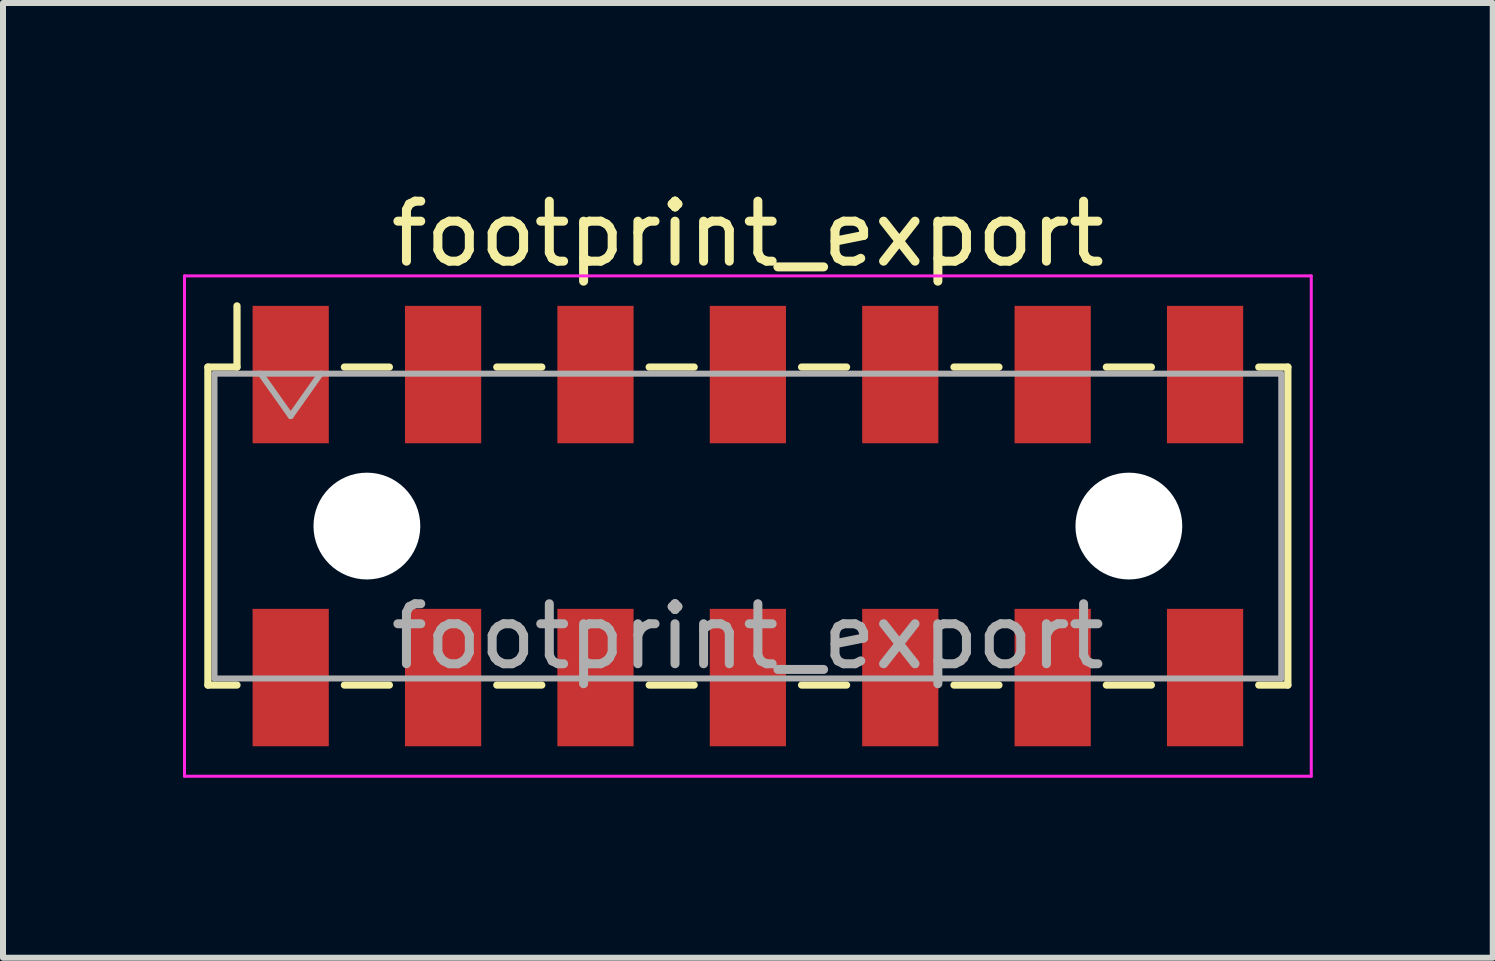
<source format=kicad_pcb>
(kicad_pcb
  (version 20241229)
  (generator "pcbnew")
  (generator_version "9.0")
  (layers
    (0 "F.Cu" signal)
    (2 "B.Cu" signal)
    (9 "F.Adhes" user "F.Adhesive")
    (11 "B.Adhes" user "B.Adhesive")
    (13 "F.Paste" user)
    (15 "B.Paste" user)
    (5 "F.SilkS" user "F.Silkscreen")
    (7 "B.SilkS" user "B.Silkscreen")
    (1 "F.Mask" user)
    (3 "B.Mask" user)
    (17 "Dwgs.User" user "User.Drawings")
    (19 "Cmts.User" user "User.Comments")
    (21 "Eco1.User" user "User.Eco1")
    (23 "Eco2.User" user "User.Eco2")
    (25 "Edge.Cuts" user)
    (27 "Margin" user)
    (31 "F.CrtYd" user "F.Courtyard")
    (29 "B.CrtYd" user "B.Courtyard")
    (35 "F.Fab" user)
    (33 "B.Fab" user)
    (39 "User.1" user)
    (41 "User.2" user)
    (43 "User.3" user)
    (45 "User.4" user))
  (footprint "footprint_export"
    (layer "F.Cu")
    (at 9.415 5.718)
    (property "Reference" "footprint_export" (at 0 -4.87 0) (layer "F.SilkS") (effects (font (size 1 1) (thickness 0.15))))
    (attr smd)
    (fp_line (start -9 -2.65) (end -9 2.65) (stroke (width 0.12) (type solid)) (layer "F.SilkS"))
    (fp_line (start -9 2.65) (end -8.515 2.65) (stroke (width 0.12) (type solid)) (layer "F.SilkS"))
    (fp_line (start -8.515 -3.67) (end -8.515 -2.65) (stroke (width 0.12) (type solid)) (layer "F.SilkS"))
    (fp_line (start -8.515 -2.65) (end -9 -2.65) (stroke (width 0.12) (type solid)) (layer "F.SilkS"))
    (fp_line (start -6.725 -2.65) (end -5.975 -2.65) (stroke (width 0.12) (type solid)) (layer "F.SilkS"))
    (fp_line (start -6.725 2.65) (end -5.975 2.65) (stroke (width 0.12) (type solid)) (layer "F.SilkS"))
    (fp_line (start -4.185 -2.65) (end -3.435 -2.65) (stroke (width 0.12) (type solid)) (layer "F.SilkS"))
    (fp_line (start -4.185 2.65) (end -3.435 2.65) (stroke (width 0.12) (type solid)) (layer "F.SilkS"))
    (fp_line (start -1.645 -2.65) (end -0.895 -2.65) (stroke (width 0.12) (type solid)) (layer "F.SilkS"))
    (fp_line (start -1.645 2.65) (end -0.895 2.65) (stroke (width 0.12) (type solid)) (layer "F.SilkS"))
    (fp_line (start 0.895 -2.65) (end 1.645 -2.65) (stroke (width 0.12) (type solid)) (layer "F.SilkS"))
    (fp_line (start 0.895 2.65) (end 1.645 2.65) (stroke (width 0.12) (type solid)) (layer "F.SilkS"))
    (fp_line (start 3.435 -2.65) (end 4.185 -2.65) (stroke (width 0.12) (type solid)) (layer "F.SilkS"))
    (fp_line (start 3.435 2.65) (end 4.185 2.65) (stroke (width 0.12) (type solid)) (layer "F.SilkS"))
    (fp_line (start 5.975 -2.65) (end 6.725 -2.65) (stroke (width 0.12) (type solid)) (layer "F.SilkS"))
    (fp_line (start 5.975 2.65) (end 6.725 2.65) (stroke (width 0.12) (type solid)) (layer "F.SilkS"))
    (fp_line (start 8.515 -2.65) (end 9 -2.65) (stroke (width 0.12) (type solid)) (layer "F.SilkS"))
    (fp_line (start 9 -2.65) (end 9 2.65) (stroke (width 0.12) (type solid)) (layer "F.SilkS"))
    (fp_line (start 9 2.65) (end 8.515 2.65) (stroke (width 0.12) (type solid)) (layer "F.SilkS"))
    (fp_line (start -9.39 -4.17) (end 9.39 -4.17) (stroke (width 0.05) (type solid)) (layer "F.CrtYd"))
    (fp_line (start -9.39 4.17) (end -9.39 -4.17) (stroke (width 0.05) (type solid)) (layer "F.CrtYd"))
    (fp_line (start 9.39 -4.17) (end 9.39 4.17) (stroke (width 0.05) (type solid)) (layer "F.CrtYd"))
    (fp_line (start 9.39 4.17) (end -9.39 4.17) (stroke (width 0.05) (type solid)) (layer "F.CrtYd"))
    (fp_line (start -8.89 -2.54) (end 8.89 -2.54) (stroke (width 0.1) (type solid)) (layer "F.Fab"))
    (fp_line (start -8.89 2.54) (end -8.89 -2.54) (stroke (width 0.1) (type solid)) (layer "F.Fab"))
    (fp_line (start -8.12 -2.54) (end -7.62 -1.833) (stroke (width 0.1) (type solid)) (layer "F.Fab"))
    (fp_line (start -7.62 -1.833) (end -7.12 -2.54) (stroke (width 0.1) (type solid)) (layer "F.Fab"))
    (fp_line (start 8.89 -2.54) (end 8.89 2.54) (stroke (width 0.1) (type solid)) (layer "F.Fab"))
    (fp_line (start 8.89 2.54) (end -8.89 2.54) (stroke (width 0.1) (type solid)) (layer "F.Fab"))
    (fp_text user "${REFERENCE}" (at 0 1.84 0) (layer "F.Fab") (effects (font (size 1 1) (thickness 0.15))))
    (pad "" np_thru_hole circle (at -6.35 0) (size 1.78 1.78) (drill 1.78) (layers "*.Cu" "*.Mask"))
    (pad "" np_thru_hole circle (at 6.35 0) (size 1.78 1.78) (drill 1.78) (layers "*.Cu" "*.Mask"))
    (pad "1" smd rect (at -7.62 -2.525) (size 1.27 2.29) (layers "F.Cu" "F.Mask" "F.Paste"))
    (pad "2" smd rect (at -7.62 2.525) (size 1.27 2.29) (layers "F.Cu" "F.Mask" "F.Paste"))
    (pad "3" smd rect (at -5.08 -2.525) (size 1.27 2.29) (layers "F.Cu" "F.Mask" "F.Paste"))
    (pad "4" smd rect (at -5.08 2.525) (size 1.27 2.29) (layers "F.Cu" "F.Mask" "F.Paste"))
    (pad "5" smd rect (at -2.54 -2.525) (size 1.27 2.29) (layers "F.Cu" "F.Mask" "F.Paste"))
    (pad "6" smd rect (at -2.54 2.525) (size 1.27 2.29) (layers "F.Cu" "F.Mask" "F.Paste"))
    (pad "7" smd rect (at 0 -2.525) (size 1.27 2.29) (layers "F.Cu" "F.Mask" "F.Paste"))
    (pad "8" smd rect (at 0 2.525) (size 1.27 2.29) (layers "F.Cu" "F.Mask" "F.Paste"))
    (pad "9" smd rect (at 2.54 -2.525) (size 1.27 2.29) (layers "F.Cu" "F.Mask" "F.Paste"))
    (pad "10" smd rect (at 2.54 2.525) (size 1.27 2.29) (layers "F.Cu" "F.Mask" "F.Paste"))
    (pad "11" smd rect (at 5.08 -2.525) (size 1.27 2.29) (layers "F.Cu" "F.Mask" "F.Paste"))
    (pad "12" smd rect (at 5.08 2.525) (size 1.27 2.29) (layers "F.Cu" "F.Mask" "F.Paste"))
    (pad "13" smd rect (at 7.62 -2.525) (size 1.27 2.29) (layers "F.Cu" "F.Mask" "F.Paste"))
    (pad "14" smd rect (at 7.62 2.525) (size 1.27 2.29) (layers "F.Cu" "F.Mask" "F.Paste")))
  (gr_rect
    (start -3 -3)
    (end 21.83 12.913)
    (stroke (width 0.1) (type default))
    (fill no)
    (layer "Edge.Cuts")))
</source>
